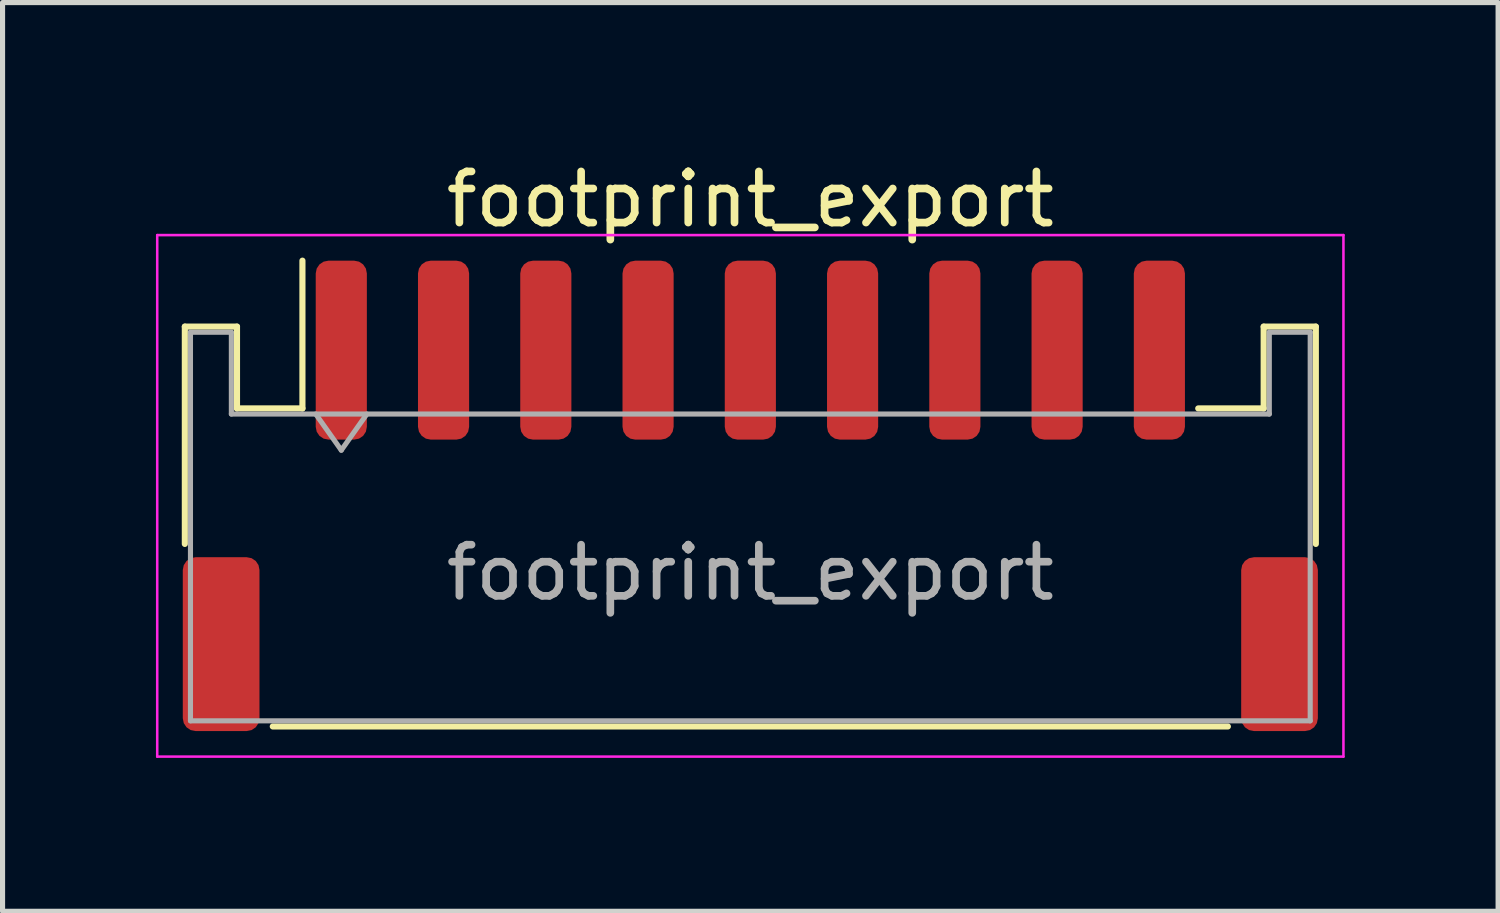
<source format=kicad_pcb>
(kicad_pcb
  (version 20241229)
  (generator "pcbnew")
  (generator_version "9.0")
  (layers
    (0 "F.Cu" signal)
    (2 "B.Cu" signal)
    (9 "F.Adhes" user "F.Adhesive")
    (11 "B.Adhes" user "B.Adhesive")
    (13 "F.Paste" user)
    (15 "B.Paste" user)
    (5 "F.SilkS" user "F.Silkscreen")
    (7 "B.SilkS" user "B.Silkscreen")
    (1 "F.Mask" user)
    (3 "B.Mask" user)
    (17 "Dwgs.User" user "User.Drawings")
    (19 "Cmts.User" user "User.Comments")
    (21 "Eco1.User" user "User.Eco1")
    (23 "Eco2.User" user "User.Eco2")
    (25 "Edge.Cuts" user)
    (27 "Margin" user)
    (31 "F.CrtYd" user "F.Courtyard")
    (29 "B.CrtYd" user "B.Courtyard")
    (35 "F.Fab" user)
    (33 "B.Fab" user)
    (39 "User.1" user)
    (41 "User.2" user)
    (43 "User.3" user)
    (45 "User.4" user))
  (footprint "footprint_export"
    (layer "F.Cu")
    (at 11.625 6.648)
    (property "Reference" "footprint_export" (at 0 -5.8 0) (layer "F.SilkS") (effects (font (size 1 1) (thickness 0.15))))
    (attr smd)
    (fp_line (start -11.06 -3.31) (end -10.04 -3.31) (stroke (width 0.12) (type solid)) (layer "F.SilkS"))
    (fp_line (start -11.06 0.94) (end -11.06 -3.31) (stroke (width 0.12) (type solid)) (layer "F.SilkS"))
    (fp_line (start -10.04 -3.31) (end -10.04 -1.71) (stroke (width 0.12) (type solid)) (layer "F.SilkS"))
    (fp_line (start -10.04 -1.71) (end -8.76 -1.71) (stroke (width 0.12) (type solid)) (layer "F.SilkS"))
    (fp_line (start -9.34 4.51) (end 9.34 4.51) (stroke (width 0.12) (type solid)) (layer "F.SilkS"))
    (fp_line (start -8.76 -1.71) (end -8.76 -4.6) (stroke (width 0.12) (type solid)) (layer "F.SilkS"))
    (fp_line (start 10.04 -3.31) (end 10.04 -1.71) (stroke (width 0.12) (type solid)) (layer "F.SilkS"))
    (fp_line (start 10.04 -1.71) (end 8.76 -1.71) (stroke (width 0.12) (type solid)) (layer "F.SilkS"))
    (fp_line (start 11.06 -3.31) (end 10.04 -3.31) (stroke (width 0.12) (type solid)) (layer "F.SilkS"))
    (fp_line (start 11.06 0.94) (end 11.06 -3.31) (stroke (width 0.12) (type solid)) (layer "F.SilkS"))
    (fp_line (start -11.6 -5.1) (end -11.6 5.1) (stroke (width 0.05) (type solid)) (layer "F.CrtYd"))
    (fp_line (start -11.6 5.1) (end 11.6 5.1) (stroke (width 0.05) (type solid)) (layer "F.CrtYd"))
    (fp_line (start 11.6 -5.1) (end -11.6 -5.1) (stroke (width 0.05) (type solid)) (layer "F.CrtYd"))
    (fp_line (start 11.6 5.1) (end 11.6 -5.1) (stroke (width 0.05) (type solid)) (layer "F.CrtYd"))
    (fp_line (start -10.95 -3.2) (end -10.95 4.4) (stroke (width 0.1) (type solid)) (layer "F.Fab"))
    (fp_line (start -10.95 -3.2) (end -10.15 -3.2) (stroke (width 0.1) (type solid)) (layer "F.Fab"))
    (fp_line (start -10.95 4.4) (end 10.95 4.4) (stroke (width 0.1) (type solid)) (layer "F.Fab"))
    (fp_line (start -10.15 -3.2) (end -10.15 -1.6) (stroke (width 0.1) (type solid)) (layer "F.Fab"))
    (fp_line (start -10.15 -1.6) (end 10.15 -1.6) (stroke (width 0.1) (type solid)) (layer "F.Fab"))
    (fp_line (start -8.5 -1.6) (end -8 -0.893) (stroke (width 0.1) (type solid)) (layer "F.Fab"))
    (fp_line (start -8 -0.893) (end -7.5 -1.6) (stroke (width 0.1) (type solid)) (layer "F.Fab"))
    (fp_line (start 10.15 -3.2) (end 10.95 -3.2) (stroke (width 0.1) (type solid)) (layer "F.Fab"))
    (fp_line (start 10.15 -1.6) (end 10.15 -3.2) (stroke (width 0.1) (type solid)) (layer "F.Fab"))
    (fp_line (start 10.95 -3.2) (end 10.95 4.4) (stroke (width 0.1) (type solid)) (layer "F.Fab"))
    (fp_text user "${REFERENCE}" (at 0 1.5 0) (layer "F.Fab") (effects (font (size 1 1) (thickness 0.15))))
    (pad "1" smd roundrect (at -8 -2.85) (size 1 3.5) (layers "F.Cu" "F.Mask" "F.Paste") (roundrect_rratio 0.25))
    (pad "2" smd roundrect (at -6 -2.85) (size 1 3.5) (layers "F.Cu" "F.Mask" "F.Paste") (roundrect_rratio 0.25))
    (pad "3" smd roundrect (at -4 -2.85) (size 1 3.5) (layers "F.Cu" "F.Mask" "F.Paste") (roundrect_rratio 0.25))
    (pad "4" smd roundrect (at -2 -2.85) (size 1 3.5) (layers "F.Cu" "F.Mask" "F.Paste") (roundrect_rratio 0.25))
    (pad "5" smd roundrect (at 0 -2.85) (size 1 3.5) (layers "F.Cu" "F.Mask" "F.Paste") (roundrect_rratio 0.25))
    (pad "6" smd roundrect (at 2 -2.85) (size 1 3.5) (layers "F.Cu" "F.Mask" "F.Paste") (roundrect_rratio 0.25))
    (pad "7" smd roundrect (at 4 -2.85) (size 1 3.5) (layers "F.Cu" "F.Mask" "F.Paste") (roundrect_rratio 0.25))
    (pad "8" smd roundrect (at 6 -2.85) (size 1 3.5) (layers "F.Cu" "F.Mask" "F.Paste") (roundrect_rratio 0.25))
    (pad "9" smd roundrect (at 8 -2.85) (size 1 3.5) (layers "F.Cu" "F.Mask" "F.Paste") (roundrect_rratio 0.25))
    (pad "MP" smd roundrect (at -10.35 2.9) (size 1.5 3.4) (layers "F.Cu" "F.Mask" "F.Paste") (roundrect_rratio 0.167))
    (pad "MP" smd roundrect (at 10.35 2.9) (size 1.5 3.4) (layers "F.Cu" "F.Mask" "F.Paste") (roundrect_rratio 0.167)))
  (gr_rect
    (start -3 -3)
    (end 26.25 14.773)
    (stroke (width 0.1) (type default))
    (fill no)
    (layer "Edge.Cuts")))
</source>
